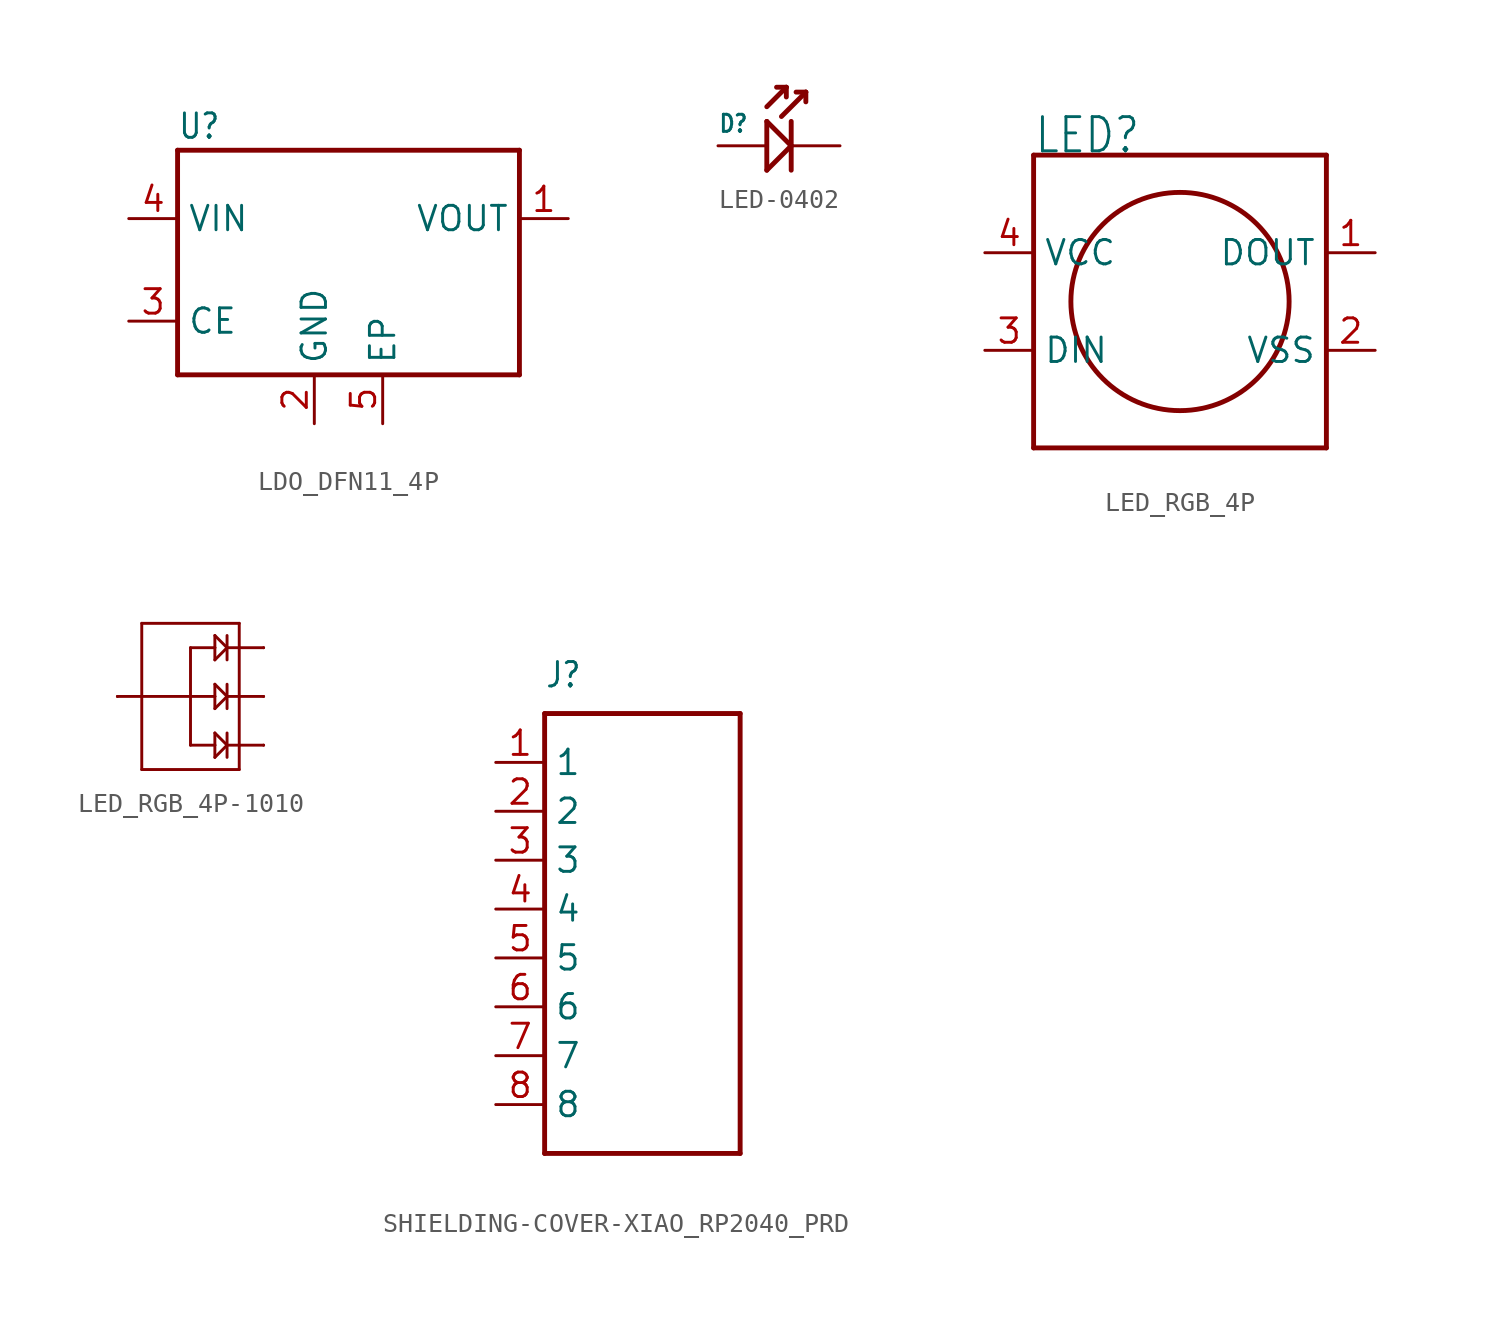
<source format=kicad_sym>
(kicad_symbol_lib
  (version 20220914)
  (generator kicad_symbol_editor)
  (symbol "LDO_DFN11_4P"
    (property "Reference" "U"
      (at -8.89 6.35 0)
      (effects (font (size 1.27 1.079)) (justify left bottom)))
    (property "Value" ""
      (at 0 6.35 0)
      (effects (font (size 1.27 1.079)) (justify left bottom)))
    (property "ki_locked" ""
      (at 0 0 0)
      (effects (font (size 1.27 1.27))))
    (symbol "LDO_DFN11_4P_1_0"
      (polyline (pts (xy -8.89 -5.842) (xy -8.89 5.842)) (stroke (width 0.254) (type solid)) (fill (type none)))
      (polyline (pts (xy -8.89 5.842) (xy 8.89 5.842)) (stroke (width 0.254) (type solid)) (fill (type none)))
      (polyline (pts (xy 8.89 -5.842) (xy -8.89 -5.842)) (stroke (width 0.254) (type solid)) (fill (type none)))
      (polyline (pts (xy 8.89 5.842) (xy 8.89 -5.842)) (stroke (width 0.254) (type solid)) (fill (type none)))
      (pin bidirectional line (at 11.43 2.286 180) (length 2.54) (name "VOUT" (effects (font (size 1.27 1.27)))) (number "1" (effects (font (size 1.27 1.27)))))
      (pin bidirectional line (at -1.778 -8.382 90) (length 2.54) (name "GND" (effects (font (size 1.27 1.27)))) (number "2" (effects (font (size 1.27 1.27)))))
      (pin bidirectional line (at -11.43 -3.048 0) (length 2.54) (name "CE" (effects (font (size 1.27 1.27)))) (number "3" (effects (font (size 1.27 1.27)))))
      (pin bidirectional line (at -11.43 2.286 0) (length 2.54) (name "VIN" (effects (font (size 1.27 1.27)))) (number "4" (effects (font (size 1.27 1.27)))))
      (pin bidirectional line (at 1.778 -8.382 90) (length 2.54) (name "EP" (effects (font (size 1.27 1.27)))) (number "5" (effects (font (size 1.27 1.27)))))))
  (symbol "LED-0402"
    (property "Reference" "D"
      (at -2.54 0.635 0)
      (effects (font (size 0.889 0.756)) (justify left bottom)))
    (property "Value" ""
      (at 1.27 0.635 0)
      (effects (font (size 0.889 0.756)) (justify left bottom)))
    (property "ki_locked" ""
      (at 0 0 0)
      (effects (font (size 1.27 1.27))))
    (symbol "LED-0402_1_0"
      (polyline (pts (xy 0 -1.27) (xy 0 1.27)) (stroke (width 0.254) (type solid)) (fill (type none)))
      (polyline (pts (xy 0 1.27) (xy 1.27 0)) (stroke (width 0.254) (type solid)) (fill (type none)))
      (polyline (pts (xy 0 2.032) (xy 1.016 3.048)) (stroke (width 0.254) (type solid)) (fill (type none)))
      (polyline (pts (xy 0.762 1.524) (xy 2.032 2.794)) (stroke (width 0.254) (type solid)) (fill (type none)))
      (polyline (pts (xy 1.016 3.048) (xy 0.508 3.048)) (stroke (width 0.254) (type solid)) (fill (type none)))
      (polyline (pts (xy 1.016 3.048) (xy 1.016 2.54)) (stroke (width 0.254) (type solid)) (fill (type none)))
      (polyline (pts (xy 1.27 0) (xy 0 -1.27)) (stroke (width 0.254) (type solid)) (fill (type none)))
      (polyline (pts (xy 1.27 0) (xy 1.27 -1.27)) (stroke (width 0.254) (type solid)) (fill (type none)))
      (polyline (pts (xy 1.27 1.27) (xy 1.27 0)) (stroke (width 0.254) (type solid)) (fill (type none)))
      (polyline (pts (xy 2.032 2.794) (xy 1.524 2.794)) (stroke (width 0.254) (type solid)) (fill (type none)))
      (polyline (pts (xy 2.032 2.794) (xy 2.032 2.286)) (stroke (width 0.254) (type solid)) (fill (type none)))
      (pin passive line (at -2.54 0 0) (length 2.54) (name "+" (effects (font (size 0 0)))) (number "+" (effects (font (size 0 0)))))
      (pin passive line (at 3.81 0 180) (length 2.54) (name "-" (effects (font (size 0 0)))) (number "-" (effects (font (size 0 0)))))))
  (symbol "LED_RGB_4P"
    (property "Reference" "LED"
      (at -7.62 7.62 0)
      (effects (font (size 1.778 1.511)) (justify left bottom)))
    (property "Value" ""
      (at 2.54 7.62 0)
      (effects (font (size 1.778 1.511)) (justify left bottom)))
    (property "ki_locked" ""
      (at 0 0 0)
      (effects (font (size 1.27 1.27))))
    (symbol "LED_RGB_4P_1_0"
      (polyline (pts (xy -7.62 -7.62) (xy -7.62 7.62)) (stroke (width 0.254) (type solid)) (fill (type none)))
      (polyline (pts (xy -7.62 7.62) (xy 7.62 7.62)) (stroke (width 0.254) (type solid)) (fill (type none)))
      (polyline (pts (xy 7.62 -7.62) (xy -7.62 -7.62)) (stroke (width 0.254) (type solid)) (fill (type none)))
      (polyline (pts (xy 7.62 7.62) (xy 7.62 -7.62)) (stroke (width 0.254) (type solid)) (fill (type none)))
      (circle (center 0 0) (radius 5.68) (stroke (width 0.254) (type solid)) (fill (type none)))
      (pin bidirectional line (at 10.16 2.54 180) (length 2.54) (name "DOUT" (effects (font (size 1.27 1.27)))) (number "1" (effects (font (size 1.27 1.27)))))
      (pin bidirectional line (at 10.16 -2.54 180) (length 2.54) (name "VSS" (effects (font (size 1.27 1.27)))) (number "2" (effects (font (size 1.27 1.27)))))
      (pin bidirectional line (at -10.16 -2.54 0) (length 2.54) (name "DIN" (effects (font (size 1.27 1.27)))) (number "3" (effects (font (size 1.27 1.27)))))
      (pin bidirectional line (at -10.16 2.54 0) (length 2.54) (name "VCC" (effects (font (size 1.27 1.27)))) (number "4" (effects (font (size 1.27 1.27)))))))
  (symbol "LED_RGB_4P-1010"
    (property "Reference" "RGB"
      (at -2.54 3.81 0)
      (effects (font (size 0.889 0.756) bold) (justify left bottom) hide))
    (property "ki_locked" ""
      (at 0 0 0)
      (effects (font (size 1.27 1.27))))
    (symbol "LED_RGB_4P-1010_1_0"
      (polyline (pts (xy -3.81 0) (xy -2.54 0)) (stroke (width 0.152) (type solid)) (fill (type none)))
      (polyline (pts (xy -2.54 -3.81) (xy 2.54 -3.81)) (stroke (width 0.152) (type solid)) (fill (type none)))
      (polyline (pts (xy -2.54 0) (xy -2.54 -3.81)) (stroke (width 0.152) (type solid)) (fill (type none)))
      (polyline (pts (xy -2.54 0) (xy 0 0)) (stroke (width 0.152) (type solid)) (fill (type none)))
      (polyline (pts (xy -2.54 3.81) (xy -2.54 0)) (stroke (width 0.152) (type solid)) (fill (type none)))
      (polyline (pts (xy 0 0) (xy 0 -2.54)) (stroke (width 0.152) (type solid)) (fill (type none)))
      (polyline (pts (xy 0 0) (xy 0 2.54)) (stroke (width 0.152) (type solid)) (fill (type none)))
      (polyline (pts (xy 0 2.54) (xy 1.27 2.54)) (stroke (width 0.152) (type solid)) (fill (type none)))
      (polyline (pts (xy 1.27 -3.175) (xy 1.27 -2.54)) (stroke (width 0.152) (type solid)) (fill (type none)))
      (polyline (pts (xy 1.27 -2.54) (xy 0 -2.54)) (stroke (width 0.152) (type solid)) (fill (type none)))
      (polyline (pts (xy 1.27 -2.54) (xy 1.27 -1.905)) (stroke (width 0.152) (type solid)) (fill (type none)))
      (polyline (pts (xy 1.27 -1.905) (xy 1.905 -2.54)) (stroke (width 0.152) (type solid)) (fill (type none)))
      (polyline (pts (xy 1.27 -0.635) (xy 1.27 0)) (stroke (width 0.152) (type solid)) (fill (type none)))
      (polyline (pts (xy 1.27 0) (xy 0 0)) (stroke (width 0.152) (type solid)) (fill (type none)))
      (polyline (pts (xy 1.27 0) (xy 1.27 0.635)) (stroke (width 0.152) (type solid)) (fill (type none)))
      (polyline (pts (xy 1.27 0.635) (xy 1.905 0)) (stroke (width 0.152) (type solid)) (fill (type none)))
      (polyline (pts (xy 1.27 1.905) (xy 1.27 2.54)) (stroke (width 0.152) (type solid)) (fill (type none)))
      (polyline (pts (xy 1.27 2.54) (xy 1.27 3.175)) (stroke (width 0.152) (type solid)) (fill (type none)))
      (polyline (pts (xy 1.27 3.175) (xy 1.905 2.54)) (stroke (width 0.152) (type solid)) (fill (type none)))
      (polyline (pts (xy 1.905 -3.175) (xy 1.905 -2.54)) (stroke (width 0.152) (type solid)) (fill (type none)))
      (polyline (pts (xy 1.905 -2.54) (xy 1.27 -3.175)) (stroke (width 0.152) (type solid)) (fill (type none)))
      (polyline (pts (xy 1.905 -2.54) (xy 1.905 -1.905)) (stroke (width 0.152) (type solid)) (fill (type none)))
      (polyline (pts (xy 1.905 -2.54) (xy 2.54 -2.54)) (stroke (width 0.152) (type solid)) (fill (type none)))
      (polyline (pts (xy 1.905 -0.635) (xy 1.905 0)) (stroke (width 0.152) (type solid)) (fill (type none)))
      (polyline (pts (xy 1.905 0) (xy 1.27 -0.635)) (stroke (width 0.152) (type solid)) (fill (type none)))
      (polyline (pts (xy 1.905 0) (xy 1.905 0.635)) (stroke (width 0.152) (type solid)) (fill (type none)))
      (polyline (pts (xy 1.905 0) (xy 2.54 0)) (stroke (width 0.152) (type solid)) (fill (type none)))
      (polyline (pts (xy 1.905 1.905) (xy 1.905 2.54)) (stroke (width 0.152) (type solid)) (fill (type none)))
      (polyline (pts (xy 1.905 2.54) (xy 1.27 1.905)) (stroke (width 0.152) (type solid)) (fill (type none)))
      (polyline (pts (xy 1.905 2.54) (xy 1.905 3.175)) (stroke (width 0.152) (type solid)) (fill (type none)))
      (polyline (pts (xy 1.905 2.54) (xy 2.54 2.54)) (stroke (width 0.152) (type solid)) (fill (type none)))
      (polyline (pts (xy 2.54 -3.81) (xy 2.54 -2.54)) (stroke (width 0.152) (type solid)) (fill (type none)))
      (polyline (pts (xy 2.54 -2.54) (xy 2.54 0)) (stroke (width 0.152) (type solid)) (fill (type none)))
      (polyline (pts (xy 2.54 -2.54) (xy 3.81 -2.54)) (stroke (width 0.152) (type solid)) (fill (type none)))
      (polyline (pts (xy 2.54 0) (xy 2.54 2.54)) (stroke (width 0.152) (type solid)) (fill (type none)))
      (polyline (pts (xy 2.54 0) (xy 3.81 0)) (stroke (width 0.152) (type solid)) (fill (type none)))
      (polyline (pts (xy 2.54 2.54) (xy 2.54 3.81)) (stroke (width 0.152) (type solid)) (fill (type none)))
      (polyline (pts (xy 2.54 2.54) (xy 3.81 2.54)) (stroke (width 0.152) (type solid)) (fill (type none)))
      (polyline (pts (xy 2.54 3.81) (xy -2.54 3.81)) (stroke (width 0.152) (type solid)) (fill (type none)))
      (pin bidirectional line (at -3.81 0 0) (length 0) (name "+" (effects (font (size 0 0)))) (number "+" (effects (font (size 0 0)))))
      (pin bidirectional line (at 3.81 -2.54 180) (length 0) (name "B-" (effects (font (size 0 0)))) (number "B-" (effects (font (size 0 0)))))
      (pin bidirectional line (at 3.81 0 180) (length 0) (name "G-" (effects (font (size 0 0)))) (number "G-" (effects (font (size 0 0)))))
      (pin bidirectional line (at 3.81 2.54 180) (length 0) (name "R-" (effects (font (size 0 0)))) (number "R-" (effects (font (size 0 0)))))))
  (symbol "SHIELDING-COVER-XIAO_RP2040_PRD"
    (property "Reference" "J"
      (at -5.08 11.43 0)
      (effects (font (size 1.27 1.079)) (justify left bottom)))
    (property "Value" ""
      (at -5.08 10.16 0)
      (effects (font (size 1.27 1.079)) (justify left bottom)))
    (property "ki_locked" ""
      (at 0 0 0)
      (effects (font (size 1.27 1.27))))
    (symbol "SHIELDING-COVER-XIAO_RP2040_PRD_1_0"
      (polyline (pts (xy -5.08 -12.7) (xy 5.08 -12.7)) (stroke (width 0.254) (type solid)) (fill (type none)))
      (polyline (pts (xy -5.08 10.16) (xy -5.08 -12.7)) (stroke (width 0.254) (type solid)) (fill (type none)))
      (polyline (pts (xy 5.08 -12.7) (xy 5.08 10.16)) (stroke (width 0.254) (type solid)) (fill (type none)))
      (polyline (pts (xy 5.08 10.16) (xy -5.08 10.16)) (stroke (width 0.254) (type solid)) (fill (type none)))
      (pin bidirectional line (at -7.62 7.62 0) (length 2.54) (name "1" (effects (font (size 1.27 1.27)))) (number "1" (effects (font (size 1.27 1.27)))))
      (pin bidirectional line (at -7.62 5.08 0) (length 2.54) (name "2" (effects (font (size 1.27 1.27)))) (number "2" (effects (font (size 1.27 1.27)))))
      (pin bidirectional line (at -7.62 2.54 0) (length 2.54) (name "3" (effects (font (size 1.27 1.27)))) (number "3" (effects (font (size 1.27 1.27)))))
      (pin bidirectional line (at -7.62 0 0) (length 2.54) (name "4" (effects (font (size 1.27 1.27)))) (number "4" (effects (font (size 1.27 1.27)))))
      (pin bidirectional line (at -7.62 -2.54 0) (length 2.54) (name "5" (effects (font (size 1.27 1.27)))) (number "5" (effects (font (size 1.27 1.27)))))
      (pin bidirectional line (at -7.62 -5.08 0) (length 2.54) (name "6" (effects (font (size 1.27 1.27)))) (number "6" (effects (font (size 1.27 1.27)))))
      (pin bidirectional line (at -7.62 -7.62 0) (length 2.54) (name "7" (effects (font (size 1.27 1.27)))) (number "7" (effects (font (size 1.27 1.27)))))
      (pin bidirectional line (at -7.62 -10.16 0) (length 2.54) (name "8" (effects (font (size 1.27 1.27)))) (number "8" (effects (font (size 1.27 1.27))))))))
</source>
